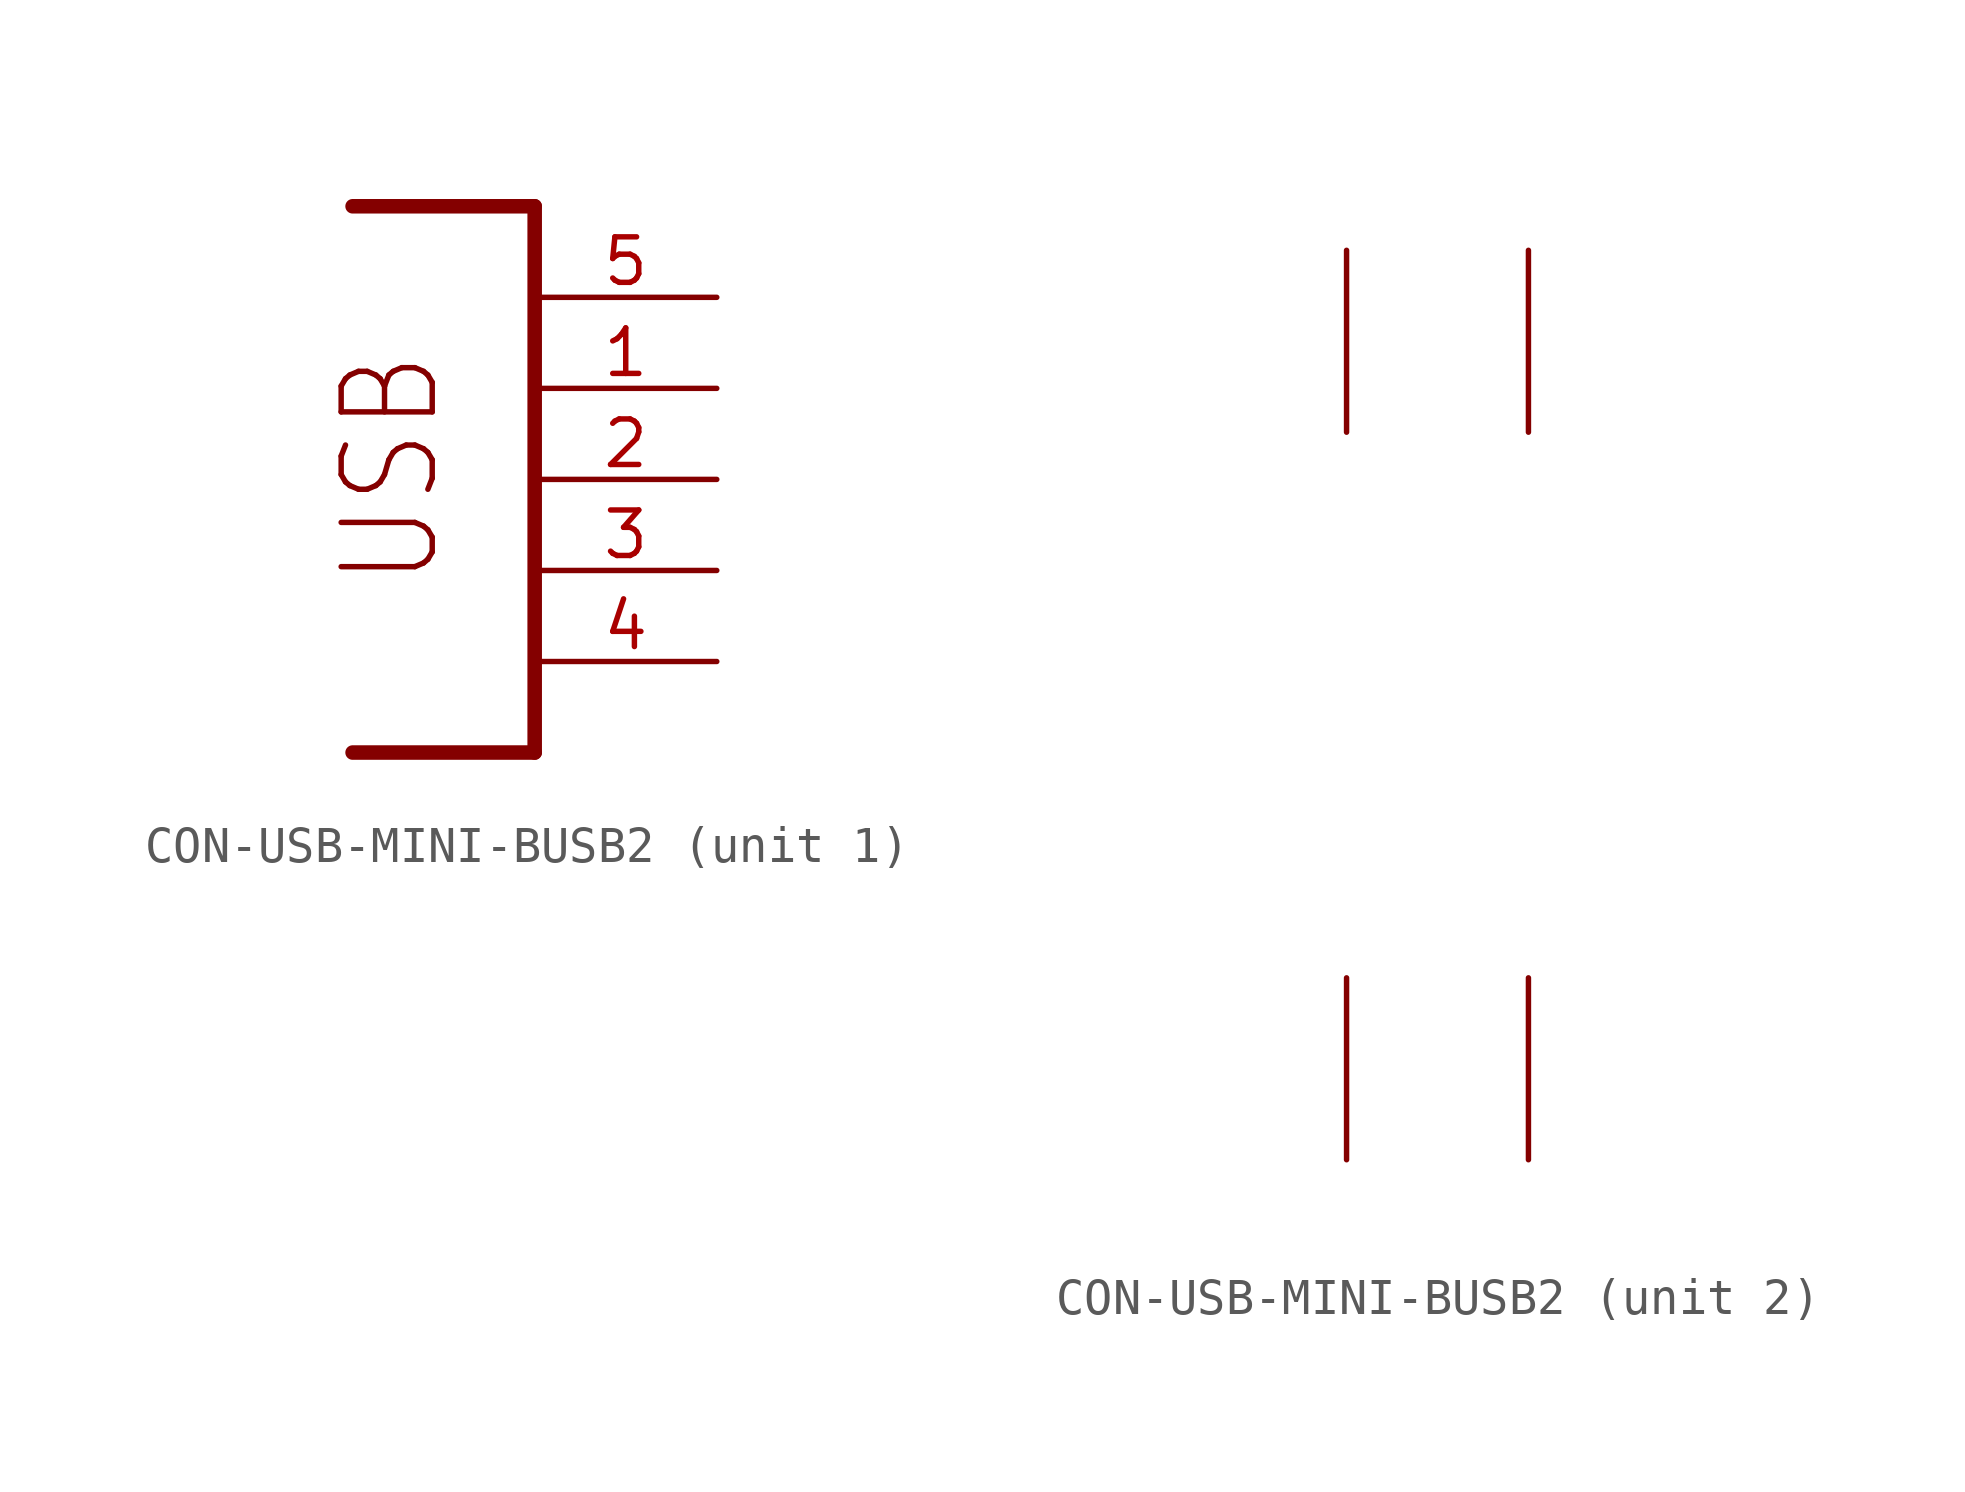
<source format=kicad_sym>
(kicad_symbol_lib
  (version 20220914)
  (generator kicad_symbol_editor)
  (symbol "CON-USB-MINI-BUSB2"
    (property "Reference" "USB"
      (at 0 0 0)
      (effects (font (size 1.27 1.27)) hide))
    (property "ki_locked" ""
      (at 0 0 0)
      (effects (font (size 1.27 1.27))))
    (symbol "CON-USB-MINI-BUSB2_1_0"
      (polyline (pts (xy -5.08 7.62) (xy 0 7.62)) (stroke (width 0.406) (type solid)) (fill (type none)))
      (polyline (pts (xy 0 -7.62) (xy -5.08 -7.62)) (stroke (width 0.406) (type solid)) (fill (type none)))
      (polyline (pts (xy 0 7.62) (xy 0 -7.62)) (stroke (width 0.406) (type solid)) (fill (type none)))
      (text "USB" (at -2.54 -3.048 900) (effects (font (size 2.54 2.159)) (justify left bottom)))
      (pin bidirectional line (at 5.08 2.54 180) (length 5.08) (name "VUSB" (effects (font (size 0 0)))) (number "1" (effects (font (size 1.27 1.27)))))
      (pin bidirectional line (at 5.08 0 180) (length 5.08) (name "D-" (effects (font (size 0 0)))) (number "2" (effects (font (size 1.27 1.27)))))
      (pin bidirectional line (at 5.08 -2.54 180) (length 5.08) (name "D+" (effects (font (size 0 0)))) (number "3" (effects (font (size 1.27 1.27)))))
      (pin bidirectional line (at 5.08 -5.08 180) (length 5.08) (name "USBID" (effects (font (size 0 0)))) (number "4" (effects (font (size 1.27 1.27)))))
      (pin bidirectional line (at 5.08 5.08 180) (length 5.08) (name "GND" (effects (font (size 0 0)))) (number "5" (effects (font (size 1.27 1.27))))))
    (symbol "CON-USB-MINI-BUSB2_2_0"
      (pin tri_state line (at 0 -12.7 90) (length 5.08) (name "BODY@1" (effects (font (size 0 0)))) (number "M1" (effects (font (size 0 0)))))
      (pin tri_state line (at 5.08 -12.7 90) (length 5.08) (name "BODY@2" (effects (font (size 0 0)))) (number "M2" (effects (font (size 0 0)))))
      (pin tri_state line (at 5.08 12.7 270) (length 5.08) (name "BODY@3" (effects (font (size 0 0)))) (number "M3" (effects (font (size 0 0)))))
      (pin tri_state line (at 0 12.7 270) (length 5.08) (name "BODY@4" (effects (font (size 0 0)))) (number "M4" (effects (font (size 0 0))))))))
</source>
